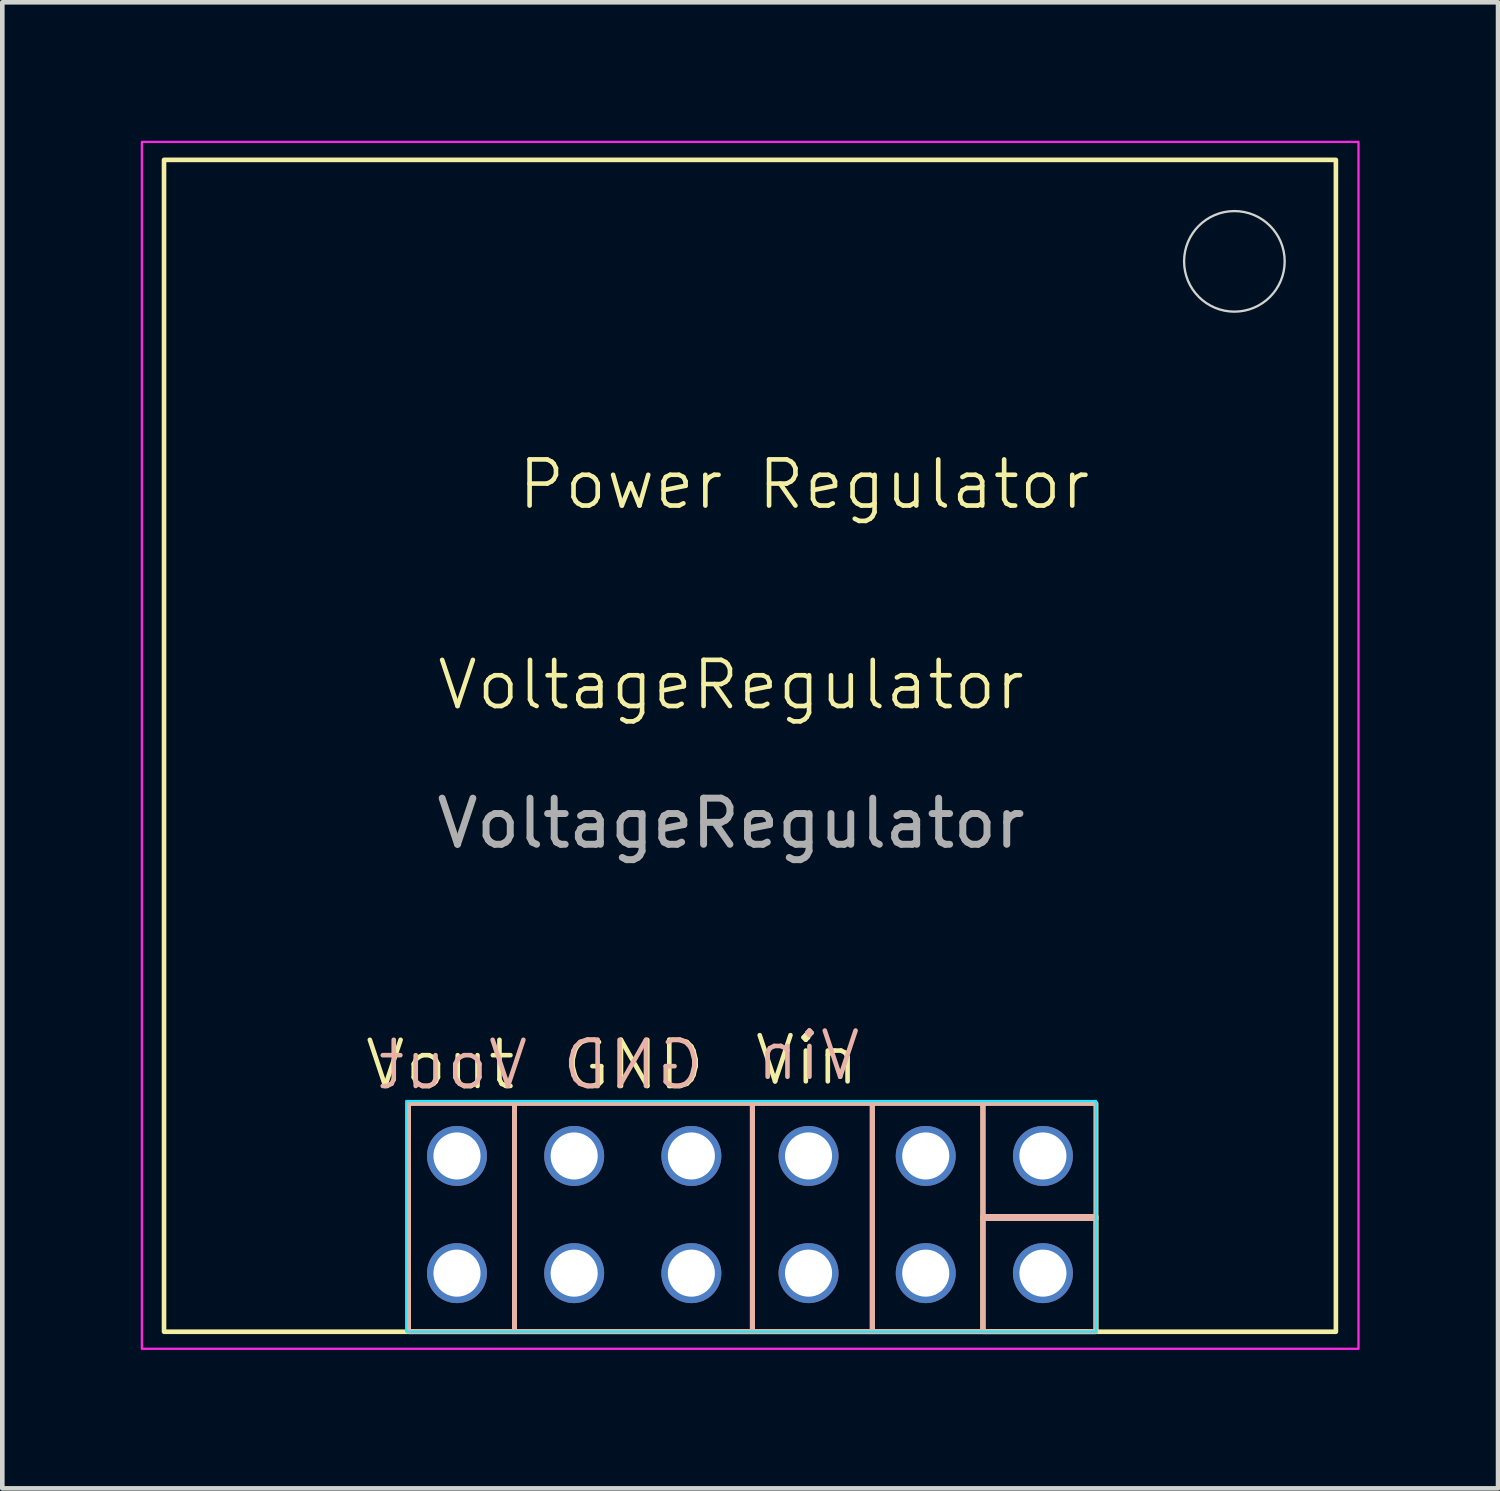
<source format=kicad_pcb>
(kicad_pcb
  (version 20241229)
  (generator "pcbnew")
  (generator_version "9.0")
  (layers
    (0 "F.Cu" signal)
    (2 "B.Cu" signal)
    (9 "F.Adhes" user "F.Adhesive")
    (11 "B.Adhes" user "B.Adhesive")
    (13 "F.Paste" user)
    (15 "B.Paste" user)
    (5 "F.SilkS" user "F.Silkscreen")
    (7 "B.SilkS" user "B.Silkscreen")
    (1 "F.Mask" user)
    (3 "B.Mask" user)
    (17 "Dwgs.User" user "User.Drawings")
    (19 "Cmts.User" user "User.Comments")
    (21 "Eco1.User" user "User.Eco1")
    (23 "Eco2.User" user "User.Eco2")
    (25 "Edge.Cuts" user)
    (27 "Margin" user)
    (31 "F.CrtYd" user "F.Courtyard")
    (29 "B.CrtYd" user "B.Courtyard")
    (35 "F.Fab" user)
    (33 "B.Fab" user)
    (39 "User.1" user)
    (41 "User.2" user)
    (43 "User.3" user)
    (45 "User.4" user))
  (footprint "VoltageRegulator"
    (layer "F.Cu")
    (at 0.505 0.415)
    (property "Reference" "VoltageRegulator" (at 12.29 11.38 0) (unlocked yes) (layer "F.SilkS") (effects (font (size 1 1) (thickness 0.1))))
    (attr smd)
    (fp_rect (start 0 0) (end 25.4 25.4) (stroke (width 0.1) (type default)) (fill no) (layer "F.SilkS"))
    (fp_rect (start 5.3 20.45) (end 7.6 25.4) (stroke (width 0.1) (type default)) (fill no) (layer "F.SilkS"))
    (fp_rect (start 7.6 20.45) (end 12.75 25.4) (stroke (width 0.1) (type default)) (fill no) (layer "F.SilkS"))
    (fp_rect (start 12.75 20.45) (end 15.35 25.4) (stroke (width 0.1) (type default)) (fill no) (layer "F.SilkS"))
    (fp_rect (start 17.75 20.45) (end 15.35 25.4) (stroke (width 0.1) (type default)) (fill no) (layer "F.SilkS"))
    (fp_rect (start 17.75 22.95) (end 20.2 20.45) (stroke (width 0.1) (type default)) (fill no) (layer "F.SilkS"))
    (fp_rect (start 17.75 25.4) (end 20.2 22.9) (stroke (width 0.1) (type default)) (fill no) (layer "F.SilkS"))
    (fp_rect (start 17.75 25.4) (end 20.2 22.9) (stroke (width 0.1) (type default)) (fill no) (layer "F.SilkS"))
    (fp_rect (start 5.3 20.45) (end 7.6 25.4) (stroke (width 0.1) (type default)) (fill no) (layer "B.SilkS"))
    (fp_rect (start 7.6 20.45) (end 12.75 25.4) (stroke (width 0.1) (type default)) (fill no) (layer "B.SilkS"))
    (fp_rect (start 12.75 20.45) (end 15.35 25.4) (stroke (width 0.1) (type default)) (fill no) (layer "B.SilkS"))
    (fp_rect (start 17.75 20.45) (end 15.35 25.4) (stroke (width 0.1) (type default)) (fill no) (layer "B.SilkS"))
    (fp_rect (start 17.75 22.95) (end 20.2 20.45) (stroke (width 0.1) (type default)) (fill no) (layer "B.SilkS"))
    (fp_rect (start 17.75 25.4) (end 20.2 22.9) (stroke (width 0.1) (type default)) (fill no) (layer "B.SilkS"))
    (fp_circle (center 23.2 2.2) (end 24.29 2.2) (stroke (width 0.05) (type default)) (fill no) (layer "Edge.Cuts"))
    (fp_rect (start 5.25 20.4) (end 20.2 25.4) (stroke (width 0.05) (type default)) (fill no) (layer "B.CrtYd"))
    (fp_rect (start -0.48 25.77) (end 25.89 -0.39) (stroke (width 0.05) (type default)) (fill no) (layer "F.CrtYd"))
    (fp_text user "Vin" (at 12.75 20.1 0) (unlocked yes) (layer "F.SilkS") (effects (font (size 1 1) (thickness 0.1)) (justify left bottom)))
    (fp_text user "Vout" (at 4.3 20.2 0) (unlocked yes) (layer "F.SilkS") (effects (font (size 1 1) (thickness 0.1)) (justify left bottom)))
    (fp_text user "Power Regulator" (at 7.62 7.62 0) (unlocked yes) (layer "F.SilkS") (effects (font (size 1 1) (thickness 0.1)) (justify left bottom)))
    (fp_text user "GND" (at 8.6 20.2 0) (unlocked yes) (layer "F.SilkS") (effects (font (size 1 1) (thickness 0.1)) (justify left bottom)))
    (fp_text user "Vin" (at 15.15 20 0) (unlocked yes) (layer "B.SilkS") (effects (font (size 1 1) (thickness 0.1)) (justify left bottom mirror)))
    (fp_text user "GND" (at 11.75 20.2 0) (unlocked yes) (layer "B.SilkS") (effects (font (size 1 1) (thickness 0.1)) (justify left bottom mirror)))
    (fp_text user "Vout" (at 7.95 20.2 0) (unlocked yes) (layer "B.SilkS") (effects (font (size 1 1) (thickness 0.1)) (justify left bottom mirror)))
    (fp_text user "${REFERENCE}" (at 12.29 14.38 0) (unlocked yes) (layer "F.Fab") (effects (font (size 1 1) (thickness 0.15))))
    (pad "1" thru_hole circle (at 19.05 21.59) (size 1.3 1.3) (drill 1.02) (layers "*.Cu" "*.Mask"))
    (pad "2" thru_hole circle (at 19.05 24.13) (size 1.3 1.3) (drill 1.02) (layers "*.Cu" "*.Mask"))
    (pad "3" thru_hole circle (at 16.51 21.59) (size 1.3 1.3) (drill 1.02) (layers "*.Cu" "*.Mask"))
    (pad "3" thru_hole circle (at 16.51 24.13) (size 1.3 1.3) (drill 1.02) (layers "*.Cu" "*.Mask"))
    (pad "4" thru_hole circle (at 13.97 21.59) (size 1.3 1.3) (drill 1.02) (layers "*.Cu" "*.Mask"))
    (pad "4" thru_hole circle (at 13.97 24.13) (size 1.3 1.3) (drill 1.02) (layers "*.Cu" "*.Mask"))
    (pad "5" thru_hole circle (at 8.89 21.59) (size 1.3 1.3) (drill 1.02) (layers "*.Cu" "*.Mask"))
    (pad "5" thru_hole circle (at 8.89 24.13) (size 1.3 1.3) (drill 1.02) (layers "*.Cu" "*.Mask"))
    (pad "5" thru_hole circle (at 11.43 21.59) (size 1.3 1.3) (drill 1.02) (layers "*.Cu" "*.Mask"))
    (pad "5" thru_hole circle (at 11.43 24.13) (size 1.3 1.3) (drill 1.02) (layers "*.Cu" "*.Mask"))
    (pad "6" thru_hole circle (at 6.35 21.59) (size 1.3 1.3) (drill 1.02) (layers "*.Cu" "*.Mask"))
    (pad "6" thru_hole circle (at 6.35 24.13) (size 1.3 1.3) (drill 1.02) (layers "*.Cu" "*.Mask")))
  (gr_rect
    (start -3 -3)
    (end 29.42 29.21)
    (stroke (width 0.1) (type default))
    (fill no)
    (layer "Edge.Cuts")))
</source>
